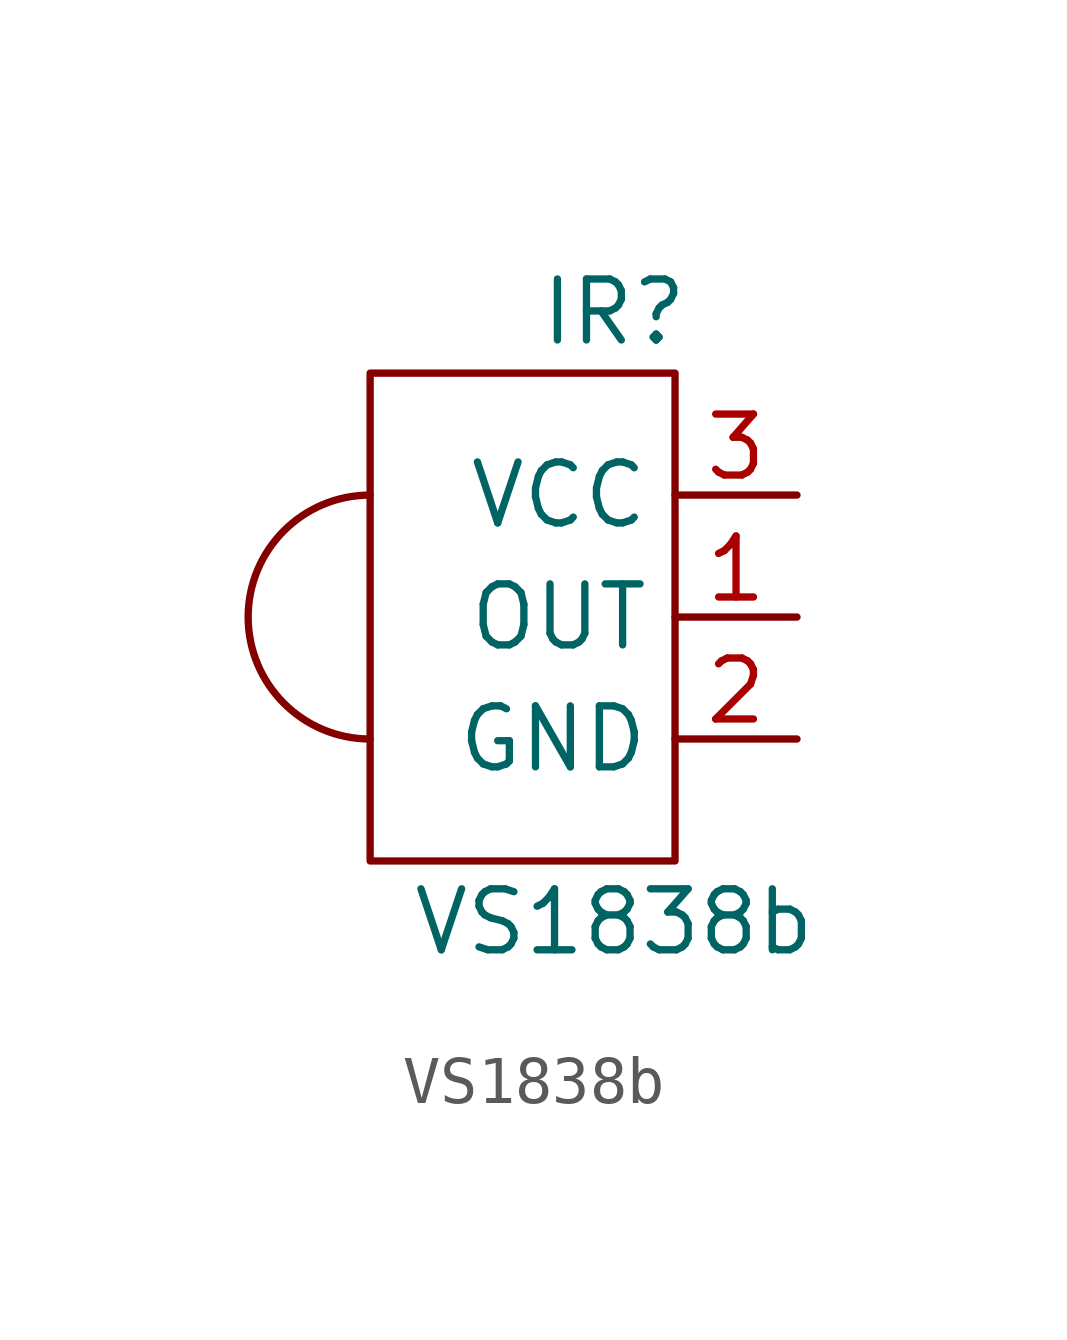
<source format=kicad_sym>
(kicad_symbol_lib
  (version 20241209)
  (generator "kicad_symbol_editor")
  (generator_version "9.0")
  (symbol "VS1838b"
    (property "Reference" "IR"
      (at 1.27 6.35 0)
      (effects (font (size 1.27 1.27))))
    (property "Value" "VS1838b"
      (at 1.27 -6.35 0)
      (effects (font (size 1.27 1.27))))
    (symbol "VS1838b_0_1"
      (rectangle (start -3.81 5.08) (end 2.54 -5.08) (stroke (width 0) (type default)) (fill (type none))))
    (symbol "VS1838b_1_1"
      (arc (start -3.81 -2.54) (mid -6.3389 0) (end -3.81 2.54) (stroke (width 0) (type default)) (fill (type none)))
      (pin input line (at 5.08 2.54 180) (length 2.54) (name "VCC" (effects (font (size 1.27 1.27)))) (number "3" (effects (font (size 1.27 1.27)))))
      (pin output line (at 5.08 0 180) (length 2.54) (name "OUT" (effects (font (size 1.27 1.27)))) (number "1" (effects (font (size 1.27 1.27)))))
      (pin input line (at 5.08 -2.54 180) (length 2.54) (name "GND" (effects (font (size 1.27 1.27)))) (number "2" (effects (font (size 1.27 1.27))))))))
</source>
